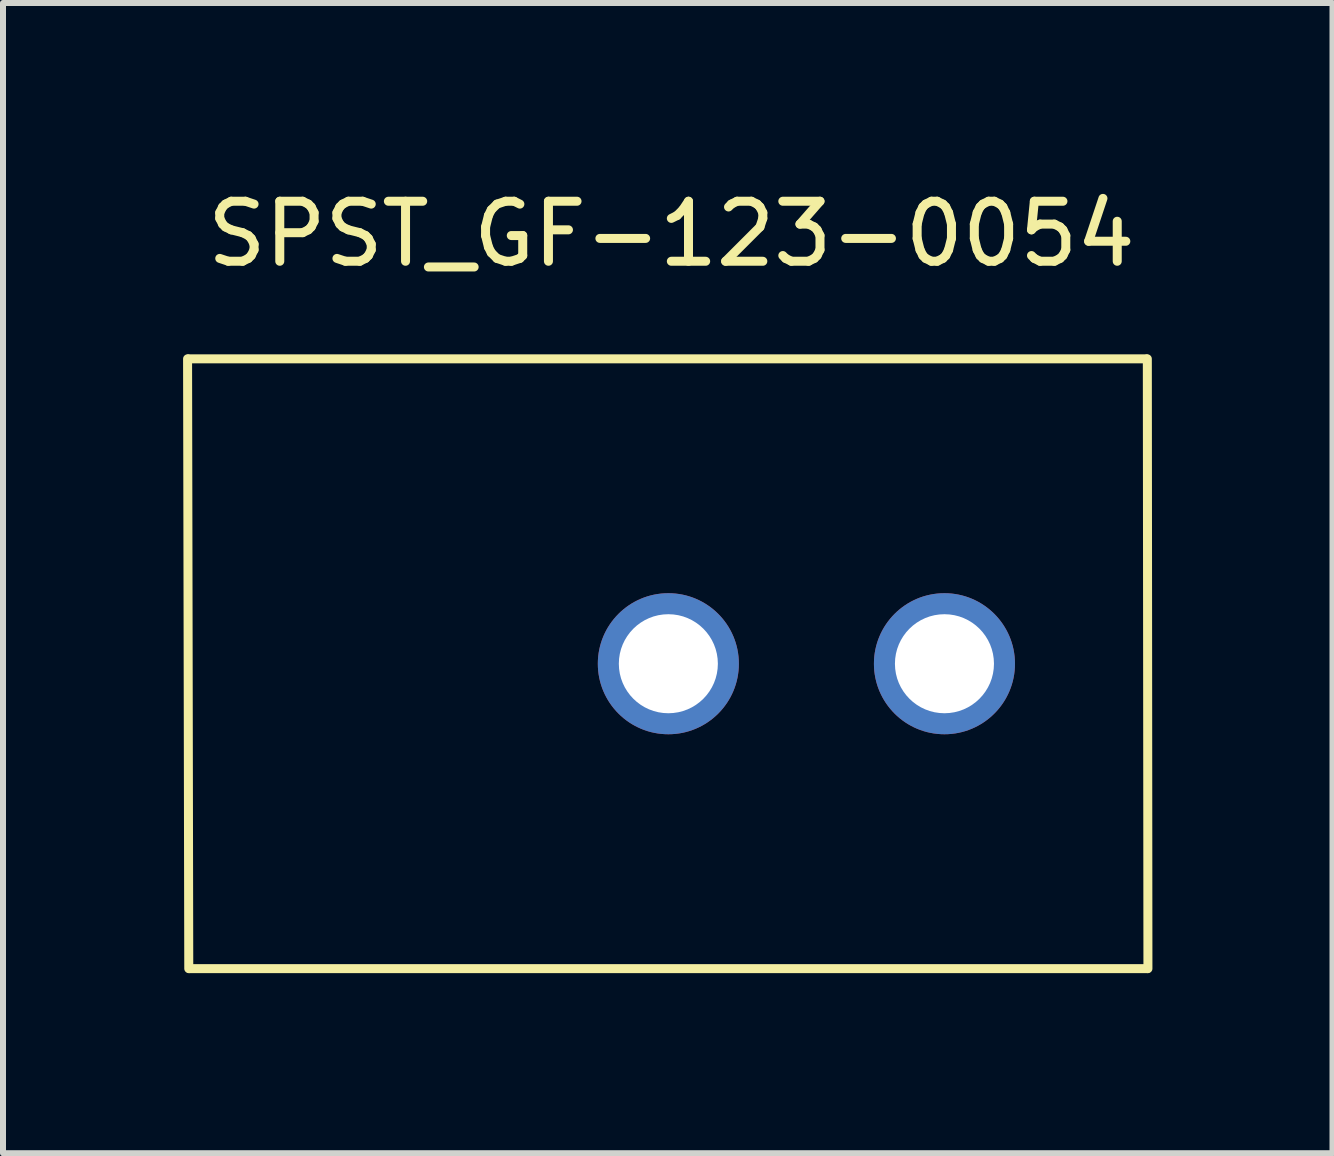
<source format=kicad_pcb>
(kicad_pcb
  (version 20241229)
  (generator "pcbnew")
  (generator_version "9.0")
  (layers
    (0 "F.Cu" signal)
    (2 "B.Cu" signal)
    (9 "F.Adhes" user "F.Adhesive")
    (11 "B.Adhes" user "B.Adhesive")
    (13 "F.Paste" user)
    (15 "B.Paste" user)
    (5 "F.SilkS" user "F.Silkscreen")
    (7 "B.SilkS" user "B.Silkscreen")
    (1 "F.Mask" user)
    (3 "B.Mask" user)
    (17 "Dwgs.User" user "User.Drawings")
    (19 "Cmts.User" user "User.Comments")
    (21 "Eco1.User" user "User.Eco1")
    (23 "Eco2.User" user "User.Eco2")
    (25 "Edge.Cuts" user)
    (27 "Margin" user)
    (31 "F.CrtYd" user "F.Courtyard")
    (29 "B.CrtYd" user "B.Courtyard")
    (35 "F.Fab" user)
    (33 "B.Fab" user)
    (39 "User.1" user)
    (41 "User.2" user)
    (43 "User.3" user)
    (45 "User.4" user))
  (footprint "SPST_GF-123-0054"
    (layer "F.Cu")
    (at 8.085 8.008)
    (property "Reference" "SPST_GF-123-0054" (at 0.05 -7.16 0) (layer "F.SilkS") (effects (font (size 1 1) (thickness 0.15))))
    (attr through_hole)
    (fp_line (start -8.01 -5.08) (end -7.99 5.08) (stroke (width 0.15) (type solid)) (layer "F.SilkS"))
    (fp_line (start 7.96 -5.08) (end -7.99 -5.08) (stroke (width 0.15) (type solid)) (layer "F.SilkS"))
    (fp_line (start 7.975 5.08) (end -7.975 5.08) (stroke (width 0.15) (type solid)) (layer "F.SilkS"))
    (fp_line (start 7.99 5.08) (end 7.98 -5.08) (stroke (width 0.15) (type solid)) (layer "F.SilkS"))
    (pad "1" thru_hole circle (at 0 0) (size 2.35 2.35) (drill 1.65) (layers "*.Cu" "*.Mask"))
    (pad "2" thru_hole circle (at 4.6 0) (size 2.35 2.35) (drill 1.65) (layers "*.Cu" "*.Mask")))
  (gr_rect
    (start -3 -3)
    (end 19.15 16.163)
    (stroke (width 0.1) (type default))
    (fill no)
    (layer "Edge.Cuts")))
</source>
